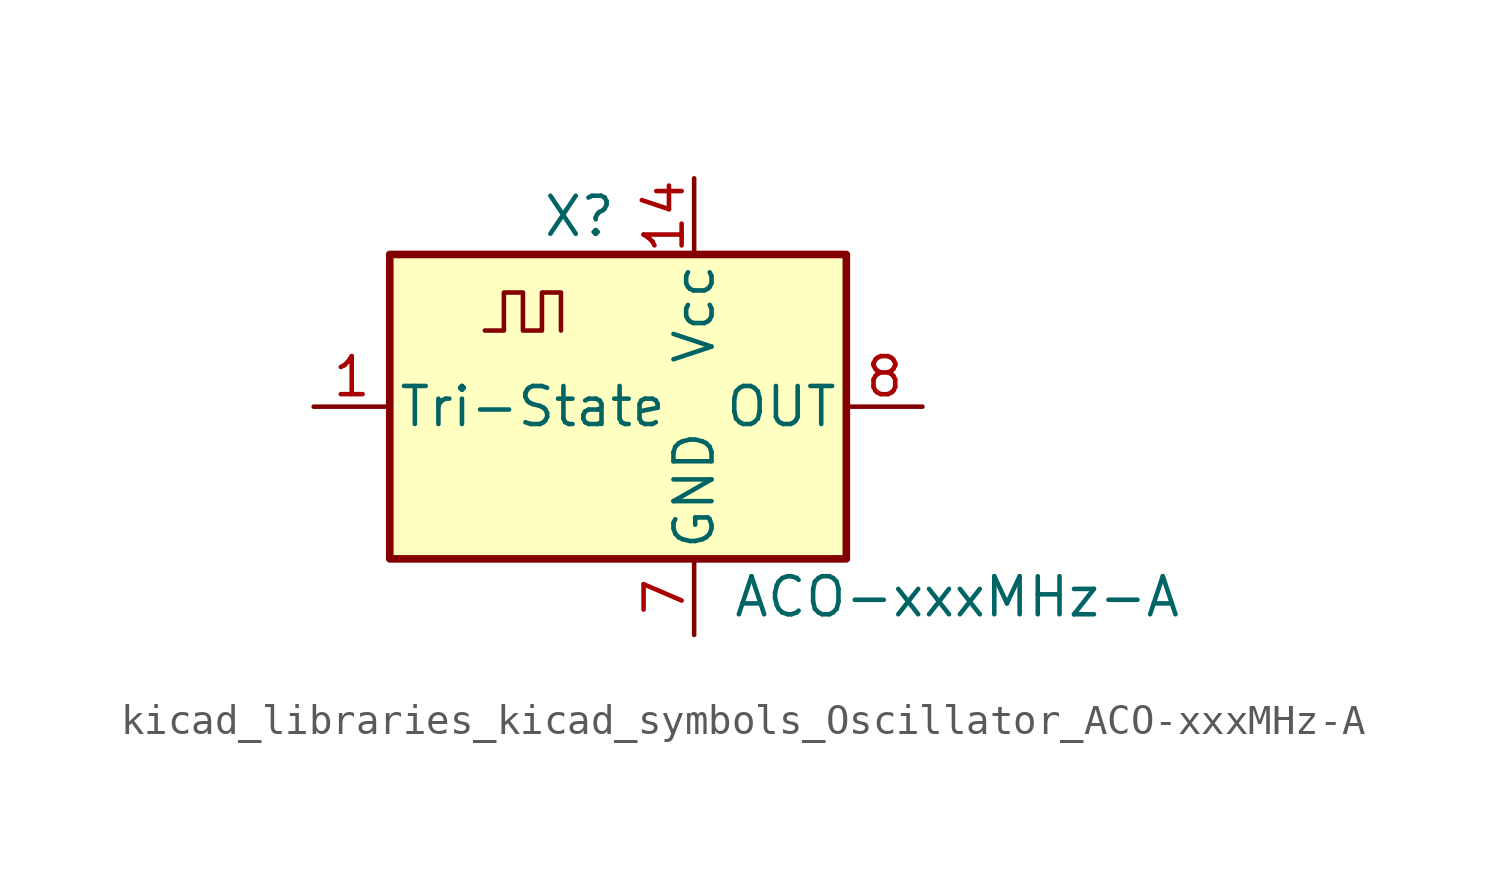
<source format=kicad_sym>
(kicad_symbol_lib
  (version 20220914)
  (generator kicad_symbol_editor)
  (symbol "kicad_libraries_kicad_symbols_Oscillator_ACO-xxxMHz-A"
    (pin_names
      (offset 0.254))
    (property "Reference" "X"
      (at -5.08 6.35 0)
      (effects (font (size 1.27 1.27)) (justify left)))
    (property "Value" "ACO-xxxMHz-A"
      (at 1.27 -6.35 0)
      (effects (font (size 1.27 1.27)) (justify left)))
    (symbol "kicad_libraries_kicad_symbols_Oscillator_ACO-xxxMHz-A_0_1"
      (rectangle (start -10.16 5.08) (end 5.08 -5.08) (stroke (width 0.254) (type default)) (fill (type background)))
      (polyline (pts (xy -6.985 2.54) (xy -6.35 2.54) (xy -6.35 3.81) (xy -5.715 3.81) (xy -5.715 2.54) (xy -5.08 2.54) (xy -5.08 3.81) (xy -4.445 3.81) (xy -4.445 2.54)) (stroke (width 0) (type default)) (fill (type none))))
    (symbol "kicad_libraries_kicad_symbols_Oscillator_ACO-xxxMHz-A_1_1"
      (pin input line (at -12.7 0 0) (length 2.54) (name "Tri-State" (effects (font (size 1.27 1.27)))) (number "1" (effects (font (size 1.27 1.27)))))
      (pin power_in line (at 0 7.62 270) (length 2.54) (name "Vcc" (effects (font (size 1.27 1.27)))) (number "14" (effects (font (size 1.27 1.27)))))
      (pin power_in line (at 0 -7.62 90) (length 2.54) (name "GND" (effects (font (size 1.27 1.27)))) (number "7" (effects (font (size 1.27 1.27)))))
      (pin output line (at 7.62 0 180) (length 2.54) (name "OUT" (effects (font (size 1.27 1.27)))) (number "8" (effects (font (size 1.27 1.27))))))))
</source>
